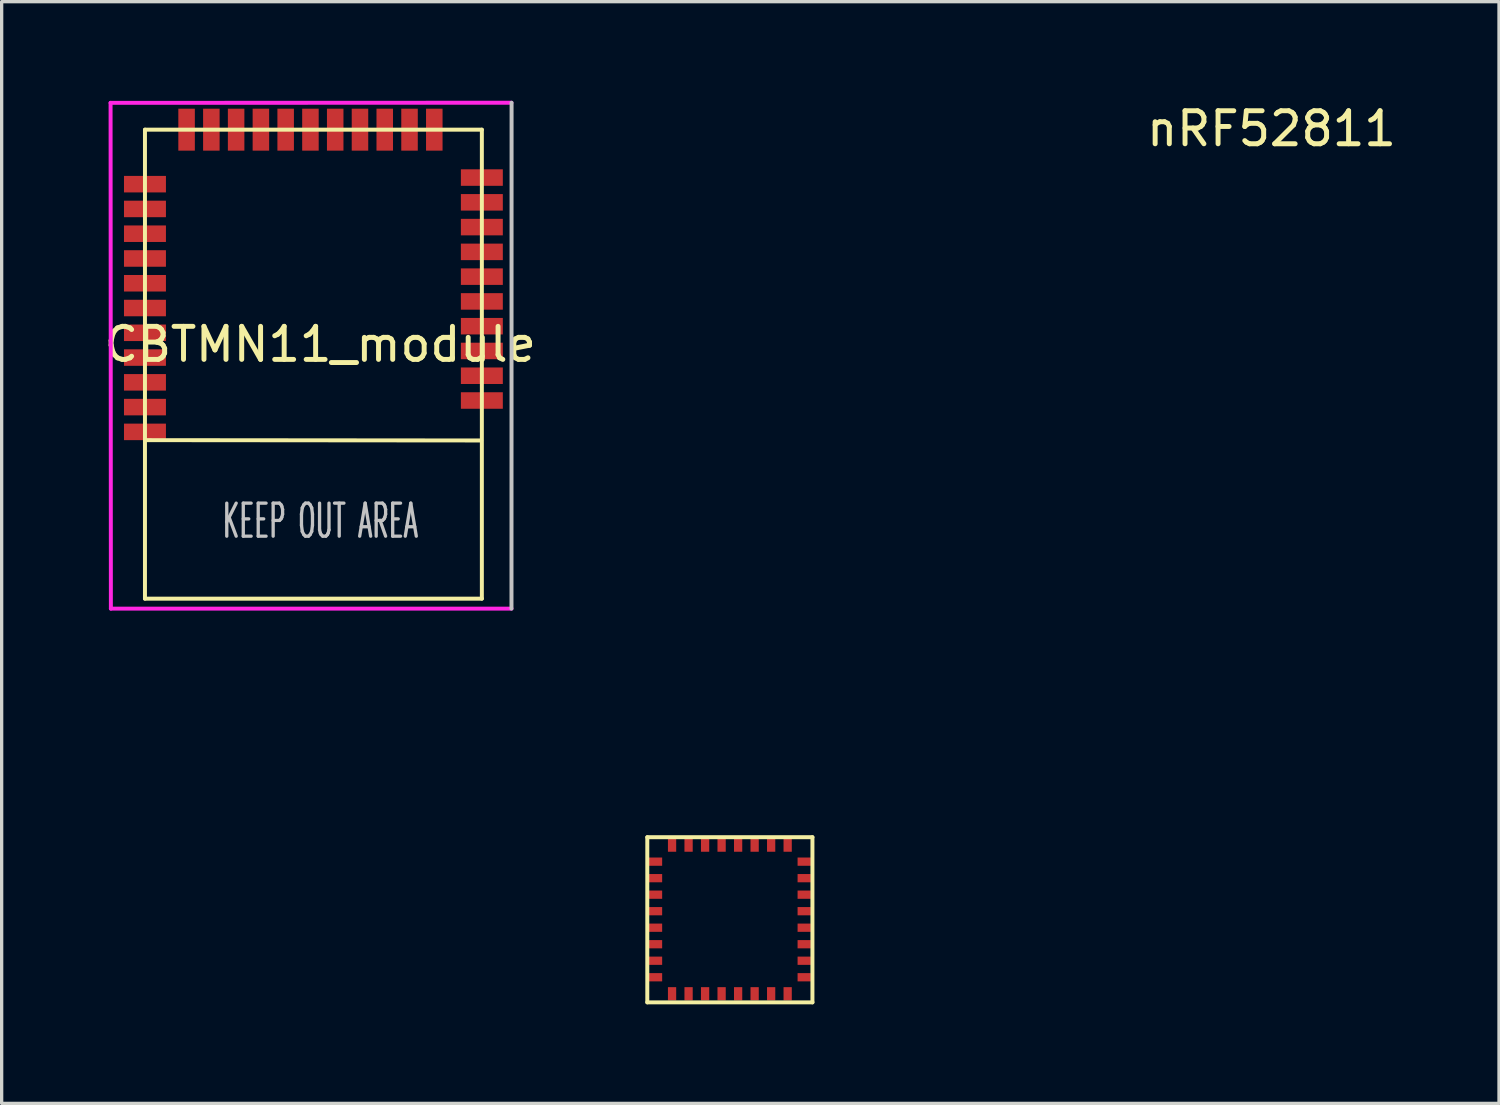
<source format=kicad_pcb>
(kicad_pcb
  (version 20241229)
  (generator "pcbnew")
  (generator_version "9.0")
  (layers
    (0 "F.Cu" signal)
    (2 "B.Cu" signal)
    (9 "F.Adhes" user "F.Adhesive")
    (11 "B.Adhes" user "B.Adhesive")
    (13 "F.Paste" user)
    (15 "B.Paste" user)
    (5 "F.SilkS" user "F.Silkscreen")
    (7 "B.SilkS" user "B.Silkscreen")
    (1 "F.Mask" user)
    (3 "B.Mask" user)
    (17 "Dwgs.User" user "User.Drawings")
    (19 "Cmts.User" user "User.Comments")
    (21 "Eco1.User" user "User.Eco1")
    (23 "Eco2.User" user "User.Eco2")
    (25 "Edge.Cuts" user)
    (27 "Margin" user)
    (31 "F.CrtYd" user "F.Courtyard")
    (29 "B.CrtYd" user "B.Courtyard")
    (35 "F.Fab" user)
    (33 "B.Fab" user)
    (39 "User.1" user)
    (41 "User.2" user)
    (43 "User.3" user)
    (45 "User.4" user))
  (footprint "nRF52811"
    (layer "F.Cu")
    (at 16.548 22.298)
    (property "Reference" "nRF52811" (at 18.9 -21.45 0) (layer "F.SilkS") (effects (font (size 1 1) (thickness 0.15))))
    (attr through_hole)
    (fp_line (start 0 0) (end 5 0) (stroke (width 0.12) (type solid)) (layer "F.SilkS"))
    (fp_line (start 0 5) (end 0 0) (stroke (width 0.12) (type solid)) (layer "F.SilkS"))
    (fp_line (start 5 0) (end 5 5) (stroke (width 0.12) (type solid)) (layer "F.SilkS"))
    (fp_line (start 5 5) (end 0 5) (stroke (width 0.12) (type solid)) (layer "F.SilkS"))
    (pad "1" smd rect (at 0.25 0.74 90) (size 0.25 0.4) (layers "F.Cu" "F.Mask" "F.Paste"))
    (pad "2" smd rect (at 0.25 1.24 90) (size 0.25 0.4) (layers "F.Cu" "F.Mask" "F.Paste"))
    (pad "3" smd rect (at 0.25 1.74 90) (size 0.25 0.4) (layers "F.Cu" "F.Mask" "F.Paste"))
    (pad "4" smd rect (at 0.25 2.24 90) (size 0.25 0.4) (layers "F.Cu" "F.Mask" "F.Paste"))
    (pad "5" smd rect (at 0.25 2.74 90) (size 0.25 0.4) (layers "F.Cu" "F.Mask" "F.Paste"))
    (pad "6" smd rect (at 0.25 3.24 90) (size 0.25 0.4) (layers "F.Cu" "F.Mask" "F.Paste"))
    (pad "7" smd rect (at 0.25 3.74 90) (size 0.25 0.4) (layers "F.Cu" "F.Mask" "F.Paste"))
    (pad "8" smd rect (at 0.25 4.24 90) (size 0.25 0.4) (layers "F.Cu" "F.Mask" "F.Paste"))
    (pad "9" smd rect (at 0.75 4.74 180) (size 0.25 0.4) (layers "F.Cu" "F.Mask" "F.Paste"))
    (pad "10" smd rect (at 1.25 4.74 180) (size 0.25 0.4) (layers "F.Cu" "F.Mask" "F.Paste"))
    (pad "11" smd rect (at 1.75 4.74 180) (size 0.25 0.4) (layers "F.Cu" "F.Mask" "F.Paste"))
    (pad "12" smd rect (at 2.25 4.74 180) (size 0.25 0.4) (layers "F.Cu" "F.Mask" "F.Paste"))
    (pad "13" smd rect (at 2.75 4.74 180) (size 0.25 0.4) (layers "F.Cu" "F.Mask" "F.Paste"))
    (pad "14" smd rect (at 3.25 4.74 180) (size 0.25 0.4) (layers "F.Cu" "F.Mask" "F.Paste"))
    (pad "15" smd rect (at 3.75 4.74 180) (size 0.25 0.4) (layers "F.Cu" "F.Mask" "F.Paste"))
    (pad "16" smd rect (at 4.25 4.74 180) (size 0.25 0.4) (layers "F.Cu" "F.Mask" "F.Paste"))
    (pad "17" smd rect (at 4.75 4.24 270) (size 0.25 0.4) (layers "F.Cu" "F.Mask" "F.Paste"))
    (pad "18" smd rect (at 4.75 3.74 270) (size 0.25 0.4) (layers "F.Cu" "F.Mask" "F.Paste"))
    (pad "19" smd rect (at 4.75 3.24 270) (size 0.25 0.4) (layers "F.Cu" "F.Mask" "F.Paste"))
    (pad "20" smd rect (at 4.75 2.74 270) (size 0.25 0.4) (layers "F.Cu" "F.Mask" "F.Paste"))
    (pad "21" smd rect (at 4.75 2.24 270) (size 0.25 0.4) (layers "F.Cu" "F.Mask" "F.Paste"))
    (pad "22" smd rect (at 4.75 1.74 270) (size 0.25 0.4) (layers "F.Cu" "F.Mask" "F.Paste"))
    (pad "23" smd rect (at 4.75 1.24 270) (size 0.25 0.4) (layers "F.Cu" "F.Mask" "F.Paste"))
    (pad "24" smd rect (at 4.75 0.74 90) (size 0.25 0.4) (layers "F.Cu" "F.Mask" "F.Paste"))
    (pad "25" smd rect (at 4.25 0.24) (size 0.25 0.4) (layers "F.Cu" "F.Mask" "F.Paste"))
    (pad "26" smd rect (at 3.75 0.24) (size 0.25 0.4) (layers "F.Cu" "F.Mask" "F.Paste"))
    (pad "27" smd rect (at 3.25 0.24) (size 0.25 0.4) (layers "F.Cu" "F.Mask" "F.Paste"))
    (pad "28" smd rect (at 2.75 0.24) (size 0.25 0.4) (layers "F.Cu" "F.Mask" "F.Paste"))
    (pad "29" smd rect (at 2.25 0.24) (size 0.25 0.4) (layers "F.Cu" "F.Mask" "F.Paste"))
    (pad "30" smd rect (at 1.75 0.24) (size 0.25 0.4) (layers "F.Cu" "F.Mask" "F.Paste"))
    (pad "31" smd rect (at 1.25 0.24) (size 0.25 0.4) (layers "F.Cu" "F.Mask" "F.Paste"))
    (pad "32" smd rect (at 0.75 0.24) (size 0.25 0.4) (layers "F.Cu" "F.Mask" "F.Paste")))
  (footprint "CBTMN11_module"
    (layer "F.Cu")
    (at 1.339 10.276)
    (property "Reference" "CBTMN11_module" (at 5.31 -2.9 180) (layer "F.SilkS") (effects (font (size 1 1) (thickness 0.15))))
    (attr through_hole)
    (fp_line (start 0 -9.4) (end 10.2 -9.4) (stroke (width 0.12) (type solid)) (layer "F.SilkS"))
    (fp_line (start 0 0) (end 10.18 0.01) (stroke (width 0.12) (type solid)) (layer "F.SilkS"))
    (fp_line (start 0 4.8) (end 0 -9.4) (stroke (width 0.12) (type solid)) (layer "F.SilkS"))
    (fp_line (start 10.2 -9.4) (end 10.2 4.8) (stroke (width 0.12) (type solid)) (layer "F.SilkS"))
    (fp_line (start 10.2 4.8) (end 0 4.8) (stroke (width 0.12) (type solid)) (layer "F.SilkS"))
    (fp_line (start 11.1 -10.215) (end 11.097 5.101) (stroke (width 0.12) (type solid)) (layer "Dwgs.User"))
    (fp_line (start -1.041 -10.212) (end 11.095 -10.216) (stroke (width 0.12) (type solid)) (layer "F.CrtYd"))
    (fp_line (start -1.032 5.101) (end -1.041 -10.212) (stroke (width 0.12) (type solid)) (layer "F.CrtYd"))
    (fp_line (start 11.097 5.101) (end -1.032 5.101) (stroke (width 0.12) (type solid)) (layer "F.CrtYd"))
    (fp_text user "KEEP OUT AREA" (at 5.31 2.45 0) (layer "Dwgs.User") (effects (font (size 1 0.5) (thickness 0.1))))
    (pad "1" smd rect (at 0 -0.25 180) (size 1.27 0.5) (layers "F.Cu" "F.Mask" "F.Paste"))
    (pad "2" smd rect (at 0 -1 180) (size 1.27 0.5) (layers "F.Cu" "F.Mask" "F.Paste"))
    (pad "3" smd rect (at 0 -1.75 180) (size 1.27 0.5) (layers "F.Cu" "F.Mask" "F.Paste"))
    (pad "4" smd rect (at 0 -2.5 180) (size 1.27 0.5) (layers "F.Cu" "F.Mask" "F.Paste"))
    (pad "5" smd rect (at 0 -3.25 180) (size 1.27 0.5) (layers "F.Cu" "F.Mask" "F.Paste"))
    (pad "6" smd rect (at 0 -4 180) (size 1.27 0.5) (layers "F.Cu" "F.Mask" "F.Paste"))
    (pad "7" smd rect (at 0 -4.75 180) (size 1.27 0.5) (layers "F.Cu" "F.Mask" "F.Paste"))
    (pad "8" smd rect (at 0 -5.5 180) (size 1.27 0.5) (layers "F.Cu" "F.Mask" "F.Paste"))
    (pad "9" smd rect (at 0 -6.25 180) (size 1.27 0.5) (layers "F.Cu" "F.Mask" "F.Paste"))
    (pad "10" smd rect (at 0 -7 180) (size 1.27 0.5) (layers "F.Cu" "F.Mask" "F.Paste"))
    (pad "11" smd rect (at 0 -7.75 180) (size 1.27 0.5) (layers "F.Cu" "F.Mask" "F.Paste"))
    (pad "12" smd rect (at 1.26 -9.4 270) (size 1.27 0.5) (layers "F.Cu" "F.Mask" "F.Paste"))
    (pad "13" smd rect (at 2.01 -9.4 270) (size 1.27 0.5) (layers "F.Cu" "F.Mask" "F.Paste"))
    (pad "14" smd rect (at 2.76 -9.4 270) (size 1.27 0.5) (layers "F.Cu" "F.Mask" "F.Paste"))
    (pad "15" smd rect (at 3.51 -9.4 270) (size 1.27 0.5) (layers "F.Cu" "F.Mask" "F.Paste"))
    (pad "16" smd rect (at 4.26 -9.4 270) (size 1.27 0.5) (layers "F.Cu" "F.Mask" "F.Paste"))
    (pad "17" smd rect (at 5.01 -9.4 270) (size 1.27 0.5) (layers "F.Cu" "F.Mask" "F.Paste"))
    (pad "18" smd rect (at 5.76 -9.4 270) (size 1.27 0.5) (layers "F.Cu" "F.Mask" "F.Paste"))
    (pad "19" smd rect (at 6.51 -9.4 270) (size 1.27 0.5) (layers "F.Cu" "F.Mask" "F.Paste"))
    (pad "20" smd rect (at 7.26 -9.4 270) (size 1.27 0.5) (layers "F.Cu" "F.Mask" "F.Paste"))
    (pad "21" smd rect (at 8.01 -9.4 270) (size 1.27 0.5) (layers "F.Cu" "F.Mask" "F.Paste"))
    (pad "22" smd rect (at 8.76 -9.4 270) (size 1.27 0.5) (layers "F.Cu" "F.Mask" "F.Paste"))
    (pad "23" smd rect (at 10.2 -7.95) (size 1.27 0.5) (layers "F.Cu" "F.Mask" "F.Paste"))
    (pad "24" smd rect (at 10.2 -7.2) (size 1.27 0.5) (layers "F.Cu" "F.Mask" "F.Paste"))
    (pad "25" smd rect (at 10.2 -6.45) (size 1.27 0.5) (layers "F.Cu" "F.Mask" "F.Paste"))
    (pad "26" smd rect (at 10.2 -5.7) (size 1.27 0.5) (layers "F.Cu" "F.Mask" "F.Paste"))
    (pad "27" smd rect (at 10.2 -4.95) (size 1.27 0.5) (layers "F.Cu" "F.Mask" "F.Paste"))
    (pad "28" smd rect (at 10.2 -4.2) (size 1.27 0.5) (layers "F.Cu" "F.Mask" "F.Paste"))
    (pad "29" smd rect (at 10.2 -3.45) (size 1.27 0.5) (layers "F.Cu" "F.Mask" "F.Paste"))
    (pad "30" smd rect (at 10.2 -2.7) (size 1.27 0.5) (layers "F.Cu" "F.Mask" "F.Paste"))
    (pad "31" smd rect (at 10.2 -1.95) (size 1.27 0.5) (layers "F.Cu" "F.Mask" "F.Paste"))
    (pad "32" smd rect (at 10.2 -1.2) (size 1.27 0.5) (layers "F.Cu" "F.Mask" "F.Paste")))
  (gr_rect
    (start -3 -3)
    (end 42.335 30.358)
    (stroke (width 0.1) (type default))
    (fill no)
    (layer "Edge.Cuts")))
</source>
